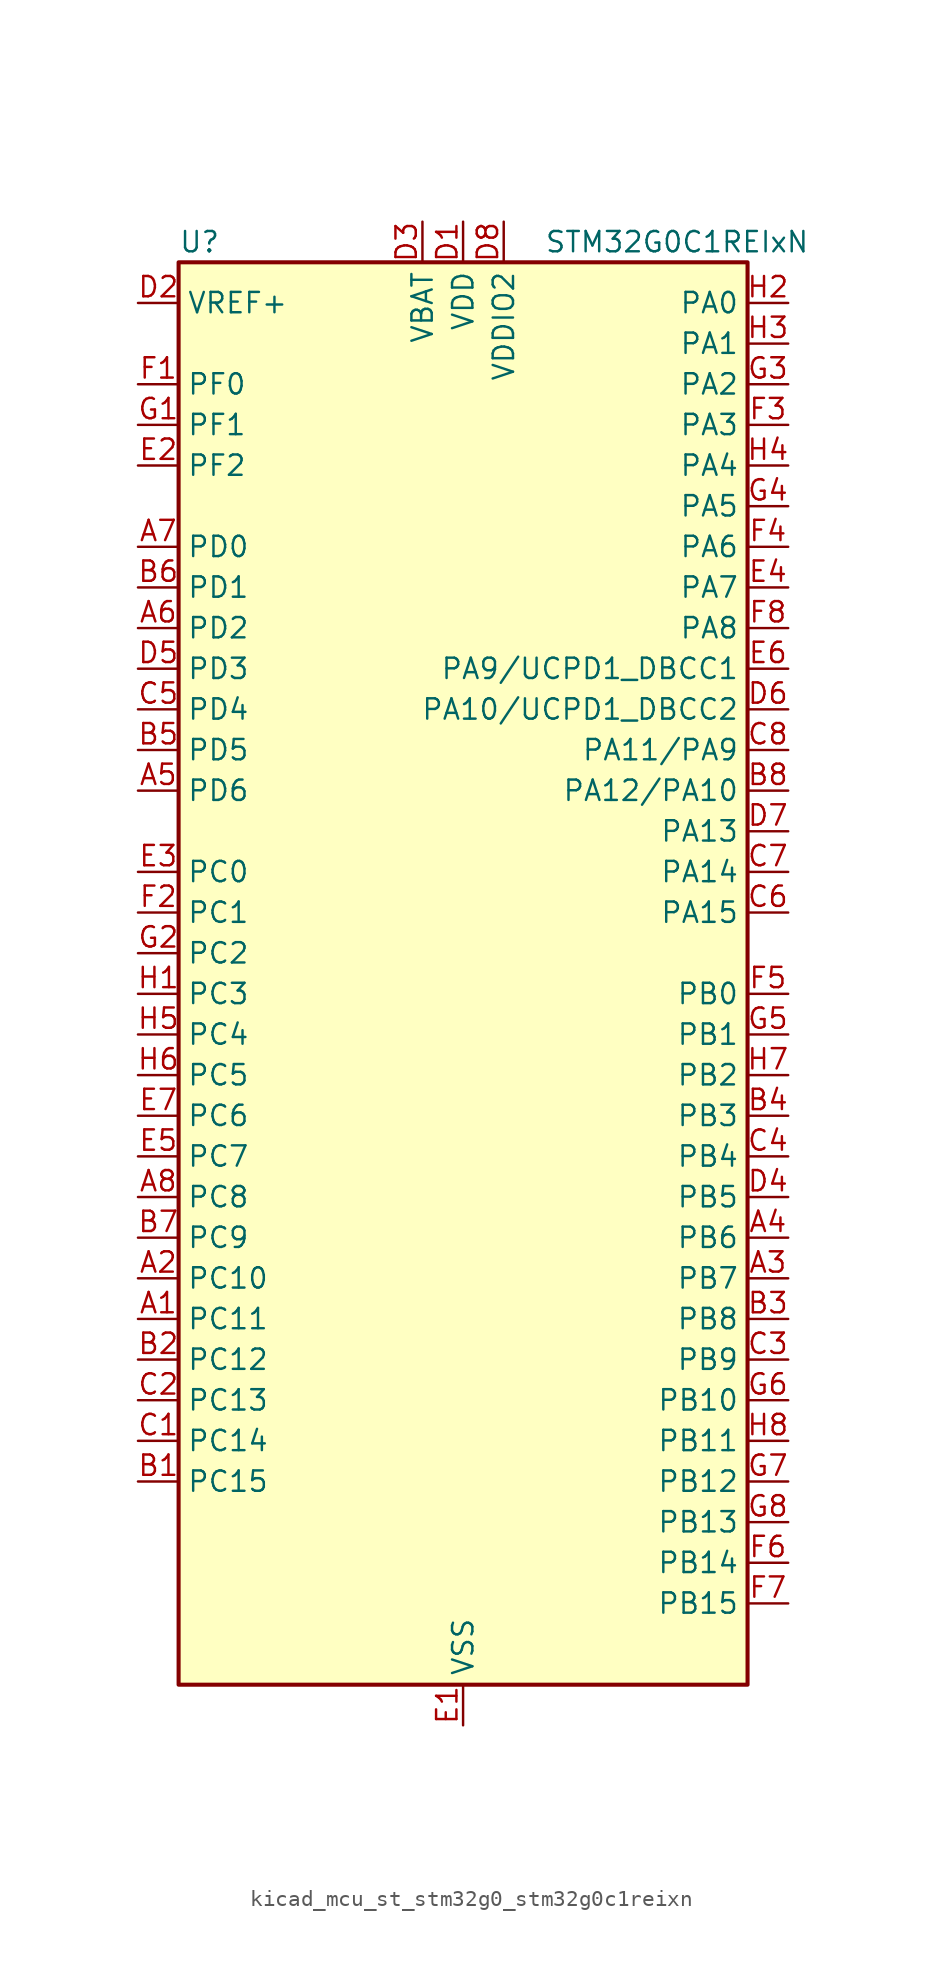
<source format=kicad_sym>
(kicad_symbol_lib
  (version 20220914)
  (generator kicad_symbol_editor)
  (symbol "kicad_mcu_st_stm32g0_stm32g0c1reixn"
    (property "Reference" "U"
      (at -17.78 46.99 0)
      (effects (font (size 1.27 1.27)) (justify left)))
    (property "Value" "STM32G0C1REIxN"
      (at 5.08 46.99 0)
      (effects (font (size 1.27 1.27)) (justify left)))
    (property "ki_locked" ""
      (at 0 0 0)
      (effects (font (size 1.27 1.27))))
    (symbol "kicad_mcu_st_stm32g0_stm32g0c1reixn_0_1"
      (rectangle (start -17.78 -43.18) (end 17.78 45.72) (stroke (width 0.254) (type default)) (fill (type background))))
    (symbol "kicad_mcu_st_stm32g0_stm32g0c1reixn_1_1"
      (pin bidirectional line (at -20.32 -20.32 0) (length 2.54) (name "PC11" (effects (font (size 1.27 1.27)))) (number "A1" (effects (font (size 1.27 1.27)))) (alternate "ADC1_EXTI11" bidirectional line) (alternate "SPI3_MISO" bidirectional line) (alternate "TIM1_CH4" bidirectional line) (alternate "USART3_RX" bidirectional line) (alternate "USART4_RX" bidirectional line))
      (pin bidirectional line (at -20.32 -17.78 0) (length 2.54) (name "PC10" (effects (font (size 1.27 1.27)))) (number "A2" (effects (font (size 1.27 1.27)))) (alternate "SPI3_SCK" bidirectional line) (alternate "TIM1_CH3" bidirectional line) (alternate "USART3_TX" bidirectional line) (alternate "USART4_TX" bidirectional line))
      (pin bidirectional line (at 20.32 -17.78 180) (length 2.54) (name "PB7" (effects (font (size 1.27 1.27)))) (number "A3" (effects (font (size 1.27 1.27)))) (alternate "COMP2_INM" bidirectional line) (alternate "I2C1_SDA" bidirectional line) (alternate "I2S2_SD" bidirectional line) (alternate "LPTIM1_IN2" bidirectional line) (alternate "LPUART2_RX" bidirectional line) (alternate "SPI2_MOSI" bidirectional line) (alternate "SYS_PVD_IN" bidirectional line) (alternate "TIM17_CH1N" bidirectional line) (alternate "TIM4_CH2" bidirectional line) (alternate "USART1_RX" bidirectional line) (alternate "USART4_CTS" bidirectional line) (alternate "USART4_NSS" bidirectional line))
      (pin bidirectional line (at 20.32 -15.24 180) (length 2.54) (name "PB6" (effects (font (size 1.27 1.27)))) (number "A4" (effects (font (size 1.27 1.27)))) (alternate "COMP2_INP" bidirectional line) (alternate "FDCAN2_TX" bidirectional line) (alternate "I2C1_SCL" bidirectional line) (alternate "I2S2_MCK" bidirectional line) (alternate "LPTIM1_ETR" bidirectional line) (alternate "LPUART2_TX" bidirectional line) (alternate "SPI2_MISO" bidirectional line) (alternate "TIM16_CH1N" bidirectional line) (alternate "TIM1_CH3" bidirectional line) (alternate "TIM4_CH1" bidirectional line) (alternate "USART1_TX" bidirectional line) (alternate "USART5_CTS" bidirectional line) (alternate "USART5_NSS" bidirectional line))
      (pin bidirectional line (at -20.32 12.7 0) (length 2.54) (name "PD6" (effects (font (size 1.27 1.27)))) (number "A5" (effects (font (size 1.27 1.27)))) (alternate "I2S1_SD" bidirectional line) (alternate "LPTIM2_OUT" bidirectional line) (alternate "SPI1_MOSI" bidirectional line) (alternate "USART2_RX" bidirectional line))
      (pin bidirectional line (at -20.32 22.86 0) (length 2.54) (name "PD2" (effects (font (size 1.27 1.27)))) (number "A6" (effects (font (size 1.27 1.27)))) (alternate "TIM1_CH1N" bidirectional line) (alternate "TIM3_ETR" bidirectional line) (alternate "UCPD2_CC2" bidirectional line) (alternate "USART3_CK" bidirectional line) (alternate "USART3_DE" bidirectional line) (alternate "USART3_RTS" bidirectional line) (alternate "USART5_RX" bidirectional line))
      (pin bidirectional line (at -20.32 27.94 0) (length 2.54) (name "PD0" (effects (font (size 1.27 1.27)))) (number "A7" (effects (font (size 1.27 1.27)))) (alternate "FDCAN1_RX" bidirectional line) (alternate "I2S2_WS" bidirectional line) (alternate "SPI2_NSS" bidirectional line) (alternate "TIM16_CH1" bidirectional line) (alternate "UCPD2_CC1" bidirectional line))
      (pin bidirectional line (at -20.32 -12.7 0) (length 2.54) (name "PC8" (effects (font (size 1.27 1.27)))) (number "A8" (effects (font (size 1.27 1.27)))) (alternate "LPUART2_CTS" bidirectional line) (alternate "TIM1_CH1" bidirectional line) (alternate "TIM3_CH3" bidirectional line) (alternate "UCPD2_FRSTX1" bidirectional line) (alternate "UCPD2_FRSTX2" bidirectional line))
      (pin bidirectional line (at -20.32 -30.48 0) (length 2.54) (name "PC15" (effects (font (size 1.27 1.27)))) (number "B1" (effects (font (size 1.27 1.27)))) (alternate "RCC_OSC32_EN" bidirectional line) (alternate "RCC_OSC32_OUT" bidirectional line) (alternate "RCC_OSC_EN" bidirectional line) (alternate "TIM15_BK" bidirectional line))
      (pin bidirectional line (at -20.32 -22.86 0) (length 2.54) (name "PC12" (effects (font (size 1.27 1.27)))) (number "B2" (effects (font (size 1.27 1.27)))) (alternate "LPTIM1_IN1" bidirectional line) (alternate "SPI3_MOSI" bidirectional line) (alternate "TIM14_CH1" bidirectional line) (alternate "UCPD1_FRSTX1" bidirectional line) (alternate "UCPD1_FRSTX2" bidirectional line) (alternate "USART5_TX" bidirectional line))
      (pin bidirectional line (at 20.32 -20.32 180) (length 2.54) (name "PB8" (effects (font (size 1.27 1.27)))) (number "B3" (effects (font (size 1.27 1.27)))) (alternate "CEC" bidirectional line) (alternate "FDCAN1_RX" bidirectional line) (alternate "I2C1_SCL" bidirectional line) (alternate "I2S2_CK" bidirectional line) (alternate "SPI2_SCK" bidirectional line) (alternate "TIM15_BK" bidirectional line) (alternate "TIM16_CH1" bidirectional line) (alternate "TIM4_CH3" bidirectional line) (alternate "USART3_TX" bidirectional line) (alternate "USART6_TX" bidirectional line))
      (pin bidirectional line (at 20.32 -7.62 180) (length 2.54) (name "PB3" (effects (font (size 1.27 1.27)))) (number "B4" (effects (font (size 1.27 1.27)))) (alternate "COMP2_INM" bidirectional line) (alternate "I2C2_SCL" bidirectional line) (alternate "I2C3_SCL" bidirectional line) (alternate "I2S1_CK" bidirectional line) (alternate "SPI1_SCK" bidirectional line) (alternate "SPI3_SCK" bidirectional line) (alternate "TIM1_CH2" bidirectional line) (alternate "TIM2_CH2" bidirectional line) (alternate "USART1_CK" bidirectional line) (alternate "USART1_DE" bidirectional line) (alternate "USART1_RTS" bidirectional line) (alternate "USART5_TX" bidirectional line))
      (pin bidirectional line (at -20.32 15.24 0) (length 2.54) (name "PD5" (effects (font (size 1.27 1.27)))) (number "B5" (effects (font (size 1.27 1.27)))) (alternate "I2S1_MCK" bidirectional line) (alternate "SPI1_MISO" bidirectional line) (alternate "TIM1_BK" bidirectional line) (alternate "USART2_TX" bidirectional line) (alternate "USART5_CTS" bidirectional line) (alternate "USART5_NSS" bidirectional line))
      (pin bidirectional line (at -20.32 25.4 0) (length 2.54) (name "PD1" (effects (font (size 1.27 1.27)))) (number "B6" (effects (font (size 1.27 1.27)))) (alternate "FDCAN1_TX" bidirectional line) (alternate "I2S2_CK" bidirectional line) (alternate "SPI2_SCK" bidirectional line) (alternate "TIM17_CH1" bidirectional line) (alternate "UCPD2_DBCC1" bidirectional line))
      (pin bidirectional line (at -20.32 -15.24 0) (length 2.54) (name "PC9" (effects (font (size 1.27 1.27)))) (number "B7" (effects (font (size 1.27 1.27)))) (alternate "DAC1_EXTI9" bidirectional line) (alternate "I2S_CKIN" bidirectional line) (alternate "LPUART2_DE" bidirectional line) (alternate "LPUART2_RTS" bidirectional line) (alternate "TIM1_CH2" bidirectional line) (alternate "TIM3_CH4" bidirectional line) (alternate "USB_NOE" bidirectional line))
      (pin bidirectional line (at 20.32 12.7 180) (length 2.54) (name "PA12/PA10" (effects (font (size 1.27 1.27)))) (number "B8" (effects (font (size 1.27 1.27)))) (alternate "COMP2_OUT" bidirectional line) (alternate "FDCAN1_TX" bidirectional line) (alternate "I2C2_SDA" bidirectional line) (alternate "I2S1_SD" bidirectional line) (alternate "I2S_CKIN" bidirectional line) (alternate "SPI1_MOSI" bidirectional line) (alternate "TIM1_ETR" bidirectional line) (alternate "USART1_CK" bidirectional line) (alternate "USART1_DE" bidirectional line) (alternate "USART1_RTS" bidirectional line) (alternate "USB_DP" bidirectional line))
      (pin bidirectional line (at -20.32 -27.94 0) (length 2.54) (name "PC14" (effects (font (size 1.27 1.27)))) (number "C1" (effects (font (size 1.27 1.27)))) (alternate "RCC_OSC32_IN" bidirectional line) (alternate "TIM1_BK2" bidirectional line))
      (pin bidirectional line (at -20.32 -25.4 0) (length 2.54) (name "PC13" (effects (font (size 1.27 1.27)))) (number "C2" (effects (font (size 1.27 1.27)))) (alternate "RTC_OUT1" bidirectional line) (alternate "RTC_TAMP_IN1" bidirectional line) (alternate "RTC_TS" bidirectional line) (alternate "SYS_WKUP2" bidirectional line) (alternate "TIM1_BK" bidirectional line))
      (pin bidirectional line (at 20.32 -22.86 180) (length 2.54) (name "PB9" (effects (font (size 1.27 1.27)))) (number "C3" (effects (font (size 1.27 1.27)))) (alternate "DAC1_EXTI9" bidirectional line) (alternate "FDCAN1_TX" bidirectional line) (alternate "I2C1_SDA" bidirectional line) (alternate "I2S2_WS" bidirectional line) (alternate "IR_OUT" bidirectional line) (alternate "SPI2_NSS" bidirectional line) (alternate "TIM17_CH1" bidirectional line) (alternate "TIM4_CH4" bidirectional line) (alternate "UCPD2_FRSTX1" bidirectional line) (alternate "UCPD2_FRSTX2" bidirectional line) (alternate "USART3_RX" bidirectional line) (alternate "USART6_RX" bidirectional line))
      (pin bidirectional line (at 20.32 -10.16 180) (length 2.54) (name "PB4" (effects (font (size 1.27 1.27)))) (number "C4" (effects (font (size 1.27 1.27)))) (alternate "COMP2_INP" bidirectional line) (alternate "I2C2_SDA" bidirectional line) (alternate "I2C3_SDA" bidirectional line) (alternate "I2S1_MCK" bidirectional line) (alternate "SPI1_MISO" bidirectional line) (alternate "SPI3_MISO" bidirectional line) (alternate "TIM17_BK" bidirectional line) (alternate "TIM3_CH1" bidirectional line) (alternate "USART1_CTS" bidirectional line) (alternate "USART1_NSS" bidirectional line) (alternate "USART5_RX" bidirectional line))
      (pin bidirectional line (at -20.32 17.78 0) (length 2.54) (name "PD4" (effects (font (size 1.27 1.27)))) (number "C5" (effects (font (size 1.27 1.27)))) (alternate "I2S2_SD" bidirectional line) (alternate "SPI2_MOSI" bidirectional line) (alternate "TIM1_CH3N" bidirectional line) (alternate "USART2_CK" bidirectional line) (alternate "USART2_DE" bidirectional line) (alternate "USART2_RTS" bidirectional line) (alternate "USART5_CK" bidirectional line) (alternate "USART5_DE" bidirectional line) (alternate "USART5_RTS" bidirectional line))
      (pin bidirectional line (at 20.32 5.08 180) (length 2.54) (name "PA15" (effects (font (size 1.27 1.27)))) (number "C6" (effects (font (size 1.27 1.27)))) (alternate "I2C2_SMBA" bidirectional line) (alternate "I2S1_WS" bidirectional line) (alternate "RCC_MCO_2" bidirectional line) (alternate "SPI1_NSS" bidirectional line) (alternate "SPI3_NSS" bidirectional line) (alternate "TIM2_CH1" bidirectional line) (alternate "TIM2_ETR" bidirectional line) (alternate "USART2_RX" bidirectional line) (alternate "USART3_CK" bidirectional line) (alternate "USART3_DE" bidirectional line) (alternate "USART3_RTS" bidirectional line) (alternate "USART4_CK" bidirectional line) (alternate "USART4_DE" bidirectional line) (alternate "USART4_RTS" bidirectional line) (alternate "USB_NOE" bidirectional line))
      (pin bidirectional line (at 20.32 7.62 180) (length 2.54) (name "PA14" (effects (font (size 1.27 1.27)))) (number "C7" (effects (font (size 1.27 1.27)))) (alternate "LPUART2_TX" bidirectional line) (alternate "SYS_SWCLK" bidirectional line) (alternate "USART2_TX" bidirectional line))
      (pin bidirectional line (at 20.32 15.24 180) (length 2.54) (name "PA11/PA9" (effects (font (size 1.27 1.27)))) (number "C8" (effects (font (size 1.27 1.27)))) (alternate "ADC1_EXTI11" bidirectional line) (alternate "COMP1_OUT" bidirectional line) (alternate "FDCAN1_RX" bidirectional line) (alternate "I2C2_SCL" bidirectional line) (alternate "I2S1_MCK" bidirectional line) (alternate "SPI1_MISO" bidirectional line) (alternate "TIM1_BK2" bidirectional line) (alternate "TIM1_CH4" bidirectional line) (alternate "USART1_CTS" bidirectional line) (alternate "USART1_NSS" bidirectional line) (alternate "USB_DM" bidirectional line))
      (pin power_in line (at 0 48.26 270) (length 2.54) (name "VDD" (effects (font (size 1.27 1.27)))) (number "D1" (effects (font (size 1.27 1.27)))))
      (pin input line (at -20.32 43.18 0) (length 2.54) (name "VREF+" (effects (font (size 1.27 1.27)))) (number "D2" (effects (font (size 1.27 1.27)))) (alternate "VREFBUF_OUT" bidirectional line))
      (pin power_in line (at -2.54 48.26 270) (length 2.54) (name "VBAT" (effects (font (size 1.27 1.27)))) (number "D3" (effects (font (size 1.27 1.27)))))
      (pin bidirectional line (at 20.32 -12.7 180) (length 2.54) (name "PB5" (effects (font (size 1.27 1.27)))) (number "D4" (effects (font (size 1.27 1.27)))) (alternate "COMP2_OUT" bidirectional line) (alternate "FDCAN2_RX" bidirectional line) (alternate "I2C1_SMBA" bidirectional line) (alternate "I2S1_SD" bidirectional line) (alternate "LPTIM1_IN1" bidirectional line) (alternate "SPI1_MOSI" bidirectional line) (alternate "SPI3_MOSI" bidirectional line) (alternate "SYS_WKUP6" bidirectional line) (alternate "TIM16_BK" bidirectional line) (alternate "TIM3_CH2" bidirectional line) (alternate "USART5_CK" bidirectional line) (alternate "USART5_DE" bidirectional line) (alternate "USART5_RTS" bidirectional line))
      (pin bidirectional line (at -20.32 20.32 0) (length 2.54) (name "PD3" (effects (font (size 1.27 1.27)))) (number "D5" (effects (font (size 1.27 1.27)))) (alternate "I2S2_MCK" bidirectional line) (alternate "SPI2_MISO" bidirectional line) (alternate "TIM1_CH2N" bidirectional line) (alternate "UCPD2_DBCC2" bidirectional line) (alternate "USART2_CTS" bidirectional line) (alternate "USART2_NSS" bidirectional line) (alternate "USART5_TX" bidirectional line))
      (pin bidirectional line (at 20.32 17.78 180) (length 2.54) (name "PA10/UCPD1_DBCC2" (effects (font (size 1.27 1.27)))) (number "D6" (effects (font (size 1.27 1.27)))) (alternate "I2C1_SDA" bidirectional line) (alternate "I2C2_SDA" bidirectional line) (alternate "I2S2_SD" bidirectional line) (alternate "RCC_MCO_2" bidirectional line) (alternate "SPI2_MOSI" bidirectional line) (alternate "TIM17_BK" bidirectional line) (alternate "TIM1_CH3" bidirectional line) (alternate "UCPD1_DBCC2" bidirectional line) (alternate "USART1_RX" bidirectional line))
      (pin bidirectional line (at 20.32 10.16 180) (length 2.54) (name "PA13" (effects (font (size 1.27 1.27)))) (number "D7" (effects (font (size 1.27 1.27)))) (alternate "IR_OUT" bidirectional line) (alternate "LPUART2_RX" bidirectional line) (alternate "SYS_SWDIO" bidirectional line) (alternate "USB_NOE" bidirectional line))
      (pin power_in line (at 2.54 48.26 270) (length 2.54) (name "VDDIO2" (effects (font (size 1.27 1.27)))) (number "D8" (effects (font (size 1.27 1.27)))))
      (pin power_in line (at 0 -45.72 90) (length 2.54) (name "VSS" (effects (font (size 1.27 1.27)))) (number "E1" (effects (font (size 1.27 1.27)))))
      (pin bidirectional line (at -20.32 33.02 0) (length 2.54) (name "PF2" (effects (font (size 1.27 1.27)))) (number "E2" (effects (font (size 1.27 1.27)))) (alternate "LPUART2_DE" bidirectional line) (alternate "LPUART2_RTS" bidirectional line) (alternate "LPUART2_TX" bidirectional line) (alternate "RCC_MCO" bidirectional line))
      (pin bidirectional line (at -20.32 7.62 0) (length 2.54) (name "PC0" (effects (font (size 1.27 1.27)))) (number "E3" (effects (font (size 1.27 1.27)))) (alternate "COMP3_INM" bidirectional line) (alternate "COMP3_OUT" bidirectional line) (alternate "I2C3_SCL" bidirectional line) (alternate "LPTIM1_IN1" bidirectional line) (alternate "LPTIM2_IN1" bidirectional line) (alternate "LPUART1_RX" bidirectional line) (alternate "LPUART2_TX" bidirectional line) (alternate "USART6_TX" bidirectional line))
      (pin bidirectional line (at 20.32 25.4 180) (length 2.54) (name "PA7" (effects (font (size 1.27 1.27)))) (number "E4" (effects (font (size 1.27 1.27)))) (alternate "ADC1_IN7" bidirectional line) (alternate "COMP2_OUT" bidirectional line) (alternate "I2C2_SCL" bidirectional line) (alternate "I2C3_SCL" bidirectional line) (alternate "I2S1_SD" bidirectional line) (alternate "SPI1_MOSI" bidirectional line) (alternate "TIM14_CH1" bidirectional line) (alternate "TIM17_CH1" bidirectional line) (alternate "TIM1_CH1N" bidirectional line) (alternate "TIM3_CH2" bidirectional line) (alternate "UCPD1_FRSTX1" bidirectional line) (alternate "UCPD1_FRSTX2" bidirectional line) (alternate "USART6_CK" bidirectional line) (alternate "USART6_DE" bidirectional line) (alternate "USART6_RTS" bidirectional line))
      (pin bidirectional line (at -20.32 -10.16 0) (length 2.54) (name "PC7" (effects (font (size 1.27 1.27)))) (number "E5" (effects (font (size 1.27 1.27)))) (alternate "LPUART2_RX" bidirectional line) (alternate "TIM2_CH4" bidirectional line) (alternate "TIM3_CH2" bidirectional line) (alternate "UCPD2_FRSTX1" bidirectional line) (alternate "UCPD2_FRSTX2" bidirectional line))
      (pin bidirectional line (at 20.32 20.32 180) (length 2.54) (name "PA9/UCPD1_DBCC1" (effects (font (size 1.27 1.27)))) (number "E6" (effects (font (size 1.27 1.27)))) (alternate "DAC1_EXTI9" bidirectional line) (alternate "I2C1_SCL" bidirectional line) (alternate "I2C2_SCL" bidirectional line) (alternate "I2S2_MCK" bidirectional line) (alternate "RCC_MCO" bidirectional line) (alternate "SPI2_MISO" bidirectional line) (alternate "TIM15_BK" bidirectional line) (alternate "TIM1_CH2" bidirectional line) (alternate "UCPD1_DBCC1" bidirectional line) (alternate "USART1_TX" bidirectional line))
      (pin bidirectional line (at -20.32 -7.62 0) (length 2.54) (name "PC6" (effects (font (size 1.27 1.27)))) (number "E7" (effects (font (size 1.27 1.27)))) (alternate "LPUART2_TX" bidirectional line) (alternate "TIM2_CH3" bidirectional line) (alternate "TIM3_CH1" bidirectional line) (alternate "UCPD1_FRSTX1" bidirectional line) (alternate "UCPD1_FRSTX2" bidirectional line))
      (pin passive line (at 0 -45.72 90) (length 2.54) hide (name "VSS" (effects (font (size 1.27 1.27)))) (number "E8" (effects (font (size 1.27 1.27)))))
      (pin bidirectional line (at -20.32 38.1 0) (length 2.54) (name "PF0" (effects (font (size 1.27 1.27)))) (number "F1" (effects (font (size 1.27 1.27)))) (alternate "CRS1_SYNC" bidirectional line) (alternate "RCC_OSC_IN" bidirectional line) (alternate "TIM14_CH1" bidirectional line))
      (pin bidirectional line (at -20.32 5.08 0) (length 2.54) (name "PC1" (effects (font (size 1.27 1.27)))) (number "F2" (effects (font (size 1.27 1.27)))) (alternate "COMP3_INP" bidirectional line) (alternate "I2C3_SDA" bidirectional line) (alternate "LPTIM1_OUT" bidirectional line) (alternate "LPUART1_TX" bidirectional line) (alternate "LPUART2_RX" bidirectional line) (alternate "TIM15_CH1" bidirectional line) (alternate "USART6_RX" bidirectional line))
      (pin bidirectional line (at 20.32 35.56 180) (length 2.54) (name "PA3" (effects (font (size 1.27 1.27)))) (number "F3" (effects (font (size 1.27 1.27)))) (alternate "ADC1_IN3" bidirectional line) (alternate "COMP2_INP" bidirectional line) (alternate "I2S2_MCK" bidirectional line) (alternate "LPUART1_RX" bidirectional line) (alternate "SPI2_MISO" bidirectional line) (alternate "TIM15_CH2" bidirectional line) (alternate "TIM2_CH4" bidirectional line) (alternate "UCPD2_FRSTX1" bidirectional line) (alternate "UCPD2_FRSTX2" bidirectional line) (alternate "USART2_RX" bidirectional line))
      (pin bidirectional line (at 20.32 27.94 180) (length 2.54) (name "PA6" (effects (font (size 1.27 1.27)))) (number "F4" (effects (font (size 1.27 1.27)))) (alternate "ADC1_IN6" bidirectional line) (alternate "COMP1_OUT" bidirectional line) (alternate "I2C2_SDA" bidirectional line) (alternate "I2C3_SDA" bidirectional line) (alternate "I2S1_MCK" bidirectional line) (alternate "LPUART1_CTS" bidirectional line) (alternate "SPI1_MISO" bidirectional line) (alternate "TIM16_CH1" bidirectional line) (alternate "TIM1_BK" bidirectional line) (alternate "TIM3_CH1" bidirectional line) (alternate "USART3_CTS" bidirectional line) (alternate "USART3_NSS" bidirectional line) (alternate "USART6_CTS" bidirectional line) (alternate "USART6_NSS" bidirectional line))
      (pin bidirectional line (at 20.32 0 180) (length 2.54) (name "PB0" (effects (font (size 1.27 1.27)))) (number "F5" (effects (font (size 1.27 1.27)))) (alternate "ADC1_IN8" bidirectional line) (alternate "COMP1_OUT" bidirectional line) (alternate "COMP3_INP" bidirectional line) (alternate "FDCAN2_RX" bidirectional line) (alternate "I2S1_WS" bidirectional line) (alternate "LPTIM1_OUT" bidirectional line) (alternate "LPUART2_CTS" bidirectional line) (alternate "SPI1_NSS" bidirectional line) (alternate "TIM1_CH2N" bidirectional line) (alternate "TIM3_CH3" bidirectional line) (alternate "UCPD1_FRSTX1" bidirectional line) (alternate "UCPD1_FRSTX2" bidirectional line) (alternate "USART3_RX" bidirectional line) (alternate "USART5_TX" bidirectional line))
      (pin bidirectional line (at 20.32 -35.56 180) (length 2.54) (name "PB14" (effects (font (size 1.27 1.27)))) (number "F6" (effects (font (size 1.27 1.27)))) (alternate "I2C2_SDA" bidirectional line) (alternate "I2S2_MCK" bidirectional line) (alternate "SPI2_MISO" bidirectional line) (alternate "TIM15_CH1" bidirectional line) (alternate "TIM1_CH2N" bidirectional line) (alternate "UCPD1_FRSTX1" bidirectional line) (alternate "UCPD1_FRSTX2" bidirectional line) (alternate "USART3_CK" bidirectional line) (alternate "USART3_DE" bidirectional line) (alternate "USART3_RTS" bidirectional line) (alternate "USART6_CK" bidirectional line) (alternate "USART6_DE" bidirectional line) (alternate "USART6_RTS" bidirectional line))
      (pin bidirectional line (at 20.32 -38.1 180) (length 2.54) (name "PB15" (effects (font (size 1.27 1.27)))) (number "F7" (effects (font (size 1.27 1.27)))) (alternate "I2S2_SD" bidirectional line) (alternate "RTC_REFIN" bidirectional line) (alternate "SPI2_MOSI" bidirectional line) (alternate "TIM15_CH1N" bidirectional line) (alternate "TIM15_CH2" bidirectional line) (alternate "TIM1_CH3N" bidirectional line) (alternate "UCPD1_CC2" bidirectional line) (alternate "USART6_CTS" bidirectional line) (alternate "USART6_NSS" bidirectional line))
      (pin bidirectional line (at 20.32 22.86 180) (length 2.54) (name "PA8" (effects (font (size 1.27 1.27)))) (number "F8" (effects (font (size 1.27 1.27)))) (alternate "CRS1_SYNC" bidirectional line) (alternate "I2C2_SMBA" bidirectional line) (alternate "I2S2_WS" bidirectional line) (alternate "LPTIM2_OUT" bidirectional line) (alternate "RCC_MCO" bidirectional line) (alternate "SPI2_NSS" bidirectional line) (alternate "TIM1_CH1" bidirectional line) (alternate "UCPD1_CC1" bidirectional line))
      (pin bidirectional line (at -20.32 35.56 0) (length 2.54) (name "PF1" (effects (font (size 1.27 1.27)))) (number "G1" (effects (font (size 1.27 1.27)))) (alternate "RCC_OSC_EN" bidirectional line) (alternate "RCC_OSC_OUT" bidirectional line) (alternate "TIM15_CH1N" bidirectional line))
      (pin bidirectional line (at -20.32 2.54 0) (length 2.54) (name "PC2" (effects (font (size 1.27 1.27)))) (number "G2" (effects (font (size 1.27 1.27)))) (alternate "COMP3_OUT" bidirectional line) (alternate "FDCAN2_RX" bidirectional line) (alternate "I2S2_MCK" bidirectional line) (alternate "LPTIM1_IN2" bidirectional line) (alternate "SPI2_MISO" bidirectional line) (alternate "TIM15_CH2" bidirectional line))
      (pin bidirectional line (at 20.32 38.1 180) (length 2.54) (name "PA2" (effects (font (size 1.27 1.27)))) (number "G3" (effects (font (size 1.27 1.27)))) (alternate "ADC1_IN2" bidirectional line) (alternate "COMP2_INM" bidirectional line) (alternate "COMP2_OUT" bidirectional line) (alternate "I2S1_SD" bidirectional line) (alternate "LPUART1_TX" bidirectional line) (alternate "RCC_LSCO" bidirectional line) (alternate "SPI1_MOSI" bidirectional line) (alternate "SYS_WKUP4" bidirectional line) (alternate "TIM15_CH1" bidirectional line) (alternate "TIM2_CH3" bidirectional line) (alternate "UCPD1_FRSTX1" bidirectional line) (alternate "UCPD1_FRSTX2" bidirectional line) (alternate "USART2_TX" bidirectional line))
      (pin bidirectional line (at 20.32 30.48 180) (length 2.54) (name "PA5" (effects (font (size 1.27 1.27)))) (number "G4" (effects (font (size 1.27 1.27)))) (alternate "ADC1_IN5" bidirectional line) (alternate "CEC" bidirectional line) (alternate "DAC1_OUT2" bidirectional line) (alternate "I2S1_CK" bidirectional line) (alternate "LPTIM2_ETR" bidirectional line) (alternate "SPI1_SCK" bidirectional line) (alternate "TIM2_CH1" bidirectional line) (alternate "TIM2_ETR" bidirectional line) (alternate "UCPD1_FRSTX1" bidirectional line) (alternate "UCPD1_FRSTX2" bidirectional line) (alternate "USART3_TX" bidirectional line) (alternate "USART6_RX" bidirectional line))
      (pin bidirectional line (at 20.32 -2.54 180) (length 2.54) (name "PB1" (effects (font (size 1.27 1.27)))) (number "G5" (effects (font (size 1.27 1.27)))) (alternate "ADC1_IN9" bidirectional line) (alternate "COMP1_INM" bidirectional line) (alternate "COMP3_OUT" bidirectional line) (alternate "FDCAN2_TX" bidirectional line) (alternate "LPTIM2_IN1" bidirectional line) (alternate "LPUART1_DE" bidirectional line) (alternate "LPUART1_RTS" bidirectional line) (alternate "LPUART2_DE" bidirectional line) (alternate "LPUART2_RTS" bidirectional line) (alternate "TIM14_CH1" bidirectional line) (alternate "TIM1_CH3N" bidirectional line) (alternate "TIM3_CH4" bidirectional line) (alternate "USART3_CK" bidirectional line) (alternate "USART3_DE" bidirectional line) (alternate "USART3_RTS" bidirectional line) (alternate "USART5_RX" bidirectional line))
      (pin bidirectional line (at 20.32 -25.4 180) (length 2.54) (name "PB10" (effects (font (size 1.27 1.27)))) (number "G6" (effects (font (size 1.27 1.27)))) (alternate "ADC1_IN11" bidirectional line) (alternate "CEC" bidirectional line) (alternate "COMP1_OUT" bidirectional line) (alternate "I2C2_SCL" bidirectional line) (alternate "I2S2_CK" bidirectional line) (alternate "LPUART1_RX" bidirectional line) (alternate "SPI2_SCK" bidirectional line) (alternate "TIM2_CH3" bidirectional line) (alternate "USART3_TX" bidirectional line))
      (pin bidirectional line (at 20.32 -30.48 180) (length 2.54) (name "PB12" (effects (font (size 1.27 1.27)))) (number "G7" (effects (font (size 1.27 1.27)))) (alternate "ADC1_IN16" bidirectional line) (alternate "FDCAN2_RX" bidirectional line) (alternate "I2C2_SMBA" bidirectional line) (alternate "I2S2_WS" bidirectional line) (alternate "LPUART1_DE" bidirectional line) (alternate "LPUART1_RTS" bidirectional line) (alternate "SPI2_NSS" bidirectional line) (alternate "TIM15_BK" bidirectional line) (alternate "TIM1_BK" bidirectional line) (alternate "UCPD2_FRSTX1" bidirectional line) (alternate "UCPD2_FRSTX2" bidirectional line))
      (pin bidirectional line (at 20.32 -33.02 180) (length 2.54) (name "PB13" (effects (font (size 1.27 1.27)))) (number "G8" (effects (font (size 1.27 1.27)))) (alternate "FDCAN2_TX" bidirectional line) (alternate "I2C2_SCL" bidirectional line) (alternate "I2S2_CK" bidirectional line) (alternate "LPUART1_CTS" bidirectional line) (alternate "SPI2_SCK" bidirectional line) (alternate "TIM15_CH1N" bidirectional line) (alternate "TIM1_CH1N" bidirectional line) (alternate "USART3_CTS" bidirectional line) (alternate "USART3_NSS" bidirectional line))
      (pin bidirectional line (at -20.32 0 0) (length 2.54) (name "PC3" (effects (font (size 1.27 1.27)))) (number "H1" (effects (font (size 1.27 1.27)))) (alternate "FDCAN2_TX" bidirectional line) (alternate "I2S2_SD" bidirectional line) (alternate "LPTIM1_ETR" bidirectional line) (alternate "LPTIM2_ETR" bidirectional line) (alternate "SPI2_MOSI" bidirectional line))
      (pin bidirectional line (at 20.32 43.18 180) (length 2.54) (name "PA0" (effects (font (size 1.27 1.27)))) (number "H2" (effects (font (size 1.27 1.27)))) (alternate "ADC1_IN0" bidirectional line) (alternate "COMP1_INM" bidirectional line) (alternate "COMP1_OUT" bidirectional line) (alternate "I2S2_CK" bidirectional line) (alternate "LPTIM1_OUT" bidirectional line) (alternate "RTC_TAMP_IN2" bidirectional line) (alternate "SPI2_SCK" bidirectional line) (alternate "SYS_WKUP1" bidirectional line) (alternate "TIM2_CH1" bidirectional line) (alternate "TIM2_ETR" bidirectional line) (alternate "UCPD2_FRSTX1" bidirectional line) (alternate "UCPD2_FRSTX2" bidirectional line) (alternate "USART2_CTS" bidirectional line) (alternate "USART2_NSS" bidirectional line) (alternate "USART4_TX" bidirectional line))
      (pin bidirectional line (at 20.32 40.64 180) (length 2.54) (name "PA1" (effects (font (size 1.27 1.27)))) (number "H3" (effects (font (size 1.27 1.27)))) (alternate "ADC1_IN1" bidirectional line) (alternate "COMP1_INP" bidirectional line) (alternate "I2C1_SMBA" bidirectional line) (alternate "I2S1_CK" bidirectional line) (alternate "SPI1_SCK" bidirectional line) (alternate "TIM15_CH1N" bidirectional line) (alternate "TIM2_CH2" bidirectional line) (alternate "USART2_CK" bidirectional line) (alternate "USART2_DE" bidirectional line) (alternate "USART2_RTS" bidirectional line) (alternate "USART4_RX" bidirectional line))
      (pin bidirectional line (at 20.32 33.02 180) (length 2.54) (name "PA4" (effects (font (size 1.27 1.27)))) (number "H4" (effects (font (size 1.27 1.27)))) (alternate "ADC1_IN4" bidirectional line) (alternate "DAC1_OUT1" bidirectional line) (alternate "I2S1_WS" bidirectional line) (alternate "I2S2_SD" bidirectional line) (alternate "LPTIM2_OUT" bidirectional line) (alternate "RTC_OUT2" bidirectional line) (alternate "SPI1_NSS" bidirectional line) (alternate "SPI2_MOSI" bidirectional line) (alternate "SPI3_NSS" bidirectional line) (alternate "TIM14_CH1" bidirectional line) (alternate "UCPD2_FRSTX1" bidirectional line) (alternate "UCPD2_FRSTX2" bidirectional line) (alternate "USART6_TX" bidirectional line) (alternate "USB_NOE" bidirectional line))
      (pin bidirectional line (at -20.32 -2.54 0) (length 2.54) (name "PC4" (effects (font (size 1.27 1.27)))) (number "H5" (effects (font (size 1.27 1.27)))) (alternate "ADC1_IN17" bidirectional line) (alternate "COMP1_INM" bidirectional line) (alternate "FDCAN1_RX" bidirectional line) (alternate "TIM2_CH1" bidirectional line) (alternate "TIM2_ETR" bidirectional line) (alternate "USART1_TX" bidirectional line) (alternate "USART3_TX" bidirectional line))
      (pin bidirectional line (at -20.32 -5.08 0) (length 2.54) (name "PC5" (effects (font (size 1.27 1.27)))) (number "H6" (effects (font (size 1.27 1.27)))) (alternate "ADC1_IN18" bidirectional line) (alternate "COMP1_INP" bidirectional line) (alternate "FDCAN1_TX" bidirectional line) (alternate "SYS_WKUP5" bidirectional line) (alternate "TIM2_CH2" bidirectional line) (alternate "USART1_RX" bidirectional line) (alternate "USART3_RX" bidirectional line))
      (pin bidirectional line (at 20.32 -5.08 180) (length 2.54) (name "PB2" (effects (font (size 1.27 1.27)))) (number "H7" (effects (font (size 1.27 1.27)))) (alternate "ADC1_IN10" bidirectional line) (alternate "COMP1_INP" bidirectional line) (alternate "COMP3_INM" bidirectional line) (alternate "I2S2_MCK" bidirectional line) (alternate "LPTIM1_OUT" bidirectional line) (alternate "RCC_MCO_2" bidirectional line) (alternate "SPI2_MISO" bidirectional line) (alternate "USART3_TX" bidirectional line))
      (pin bidirectional line (at 20.32 -27.94 180) (length 2.54) (name "PB11" (effects (font (size 1.27 1.27)))) (number "H8" (effects (font (size 1.27 1.27)))) (alternate "ADC1_EXTI11" bidirectional line) (alternate "ADC1_IN15" bidirectional line) (alternate "COMP2_OUT" bidirectional line) (alternate "I2C2_SDA" bidirectional line) (alternate "I2S2_SD" bidirectional line) (alternate "LPUART1_TX" bidirectional line) (alternate "SPI2_MOSI" bidirectional line) (alternate "TIM2_CH4" bidirectional line) (alternate "USART3_RX" bidirectional line)))))
</source>
